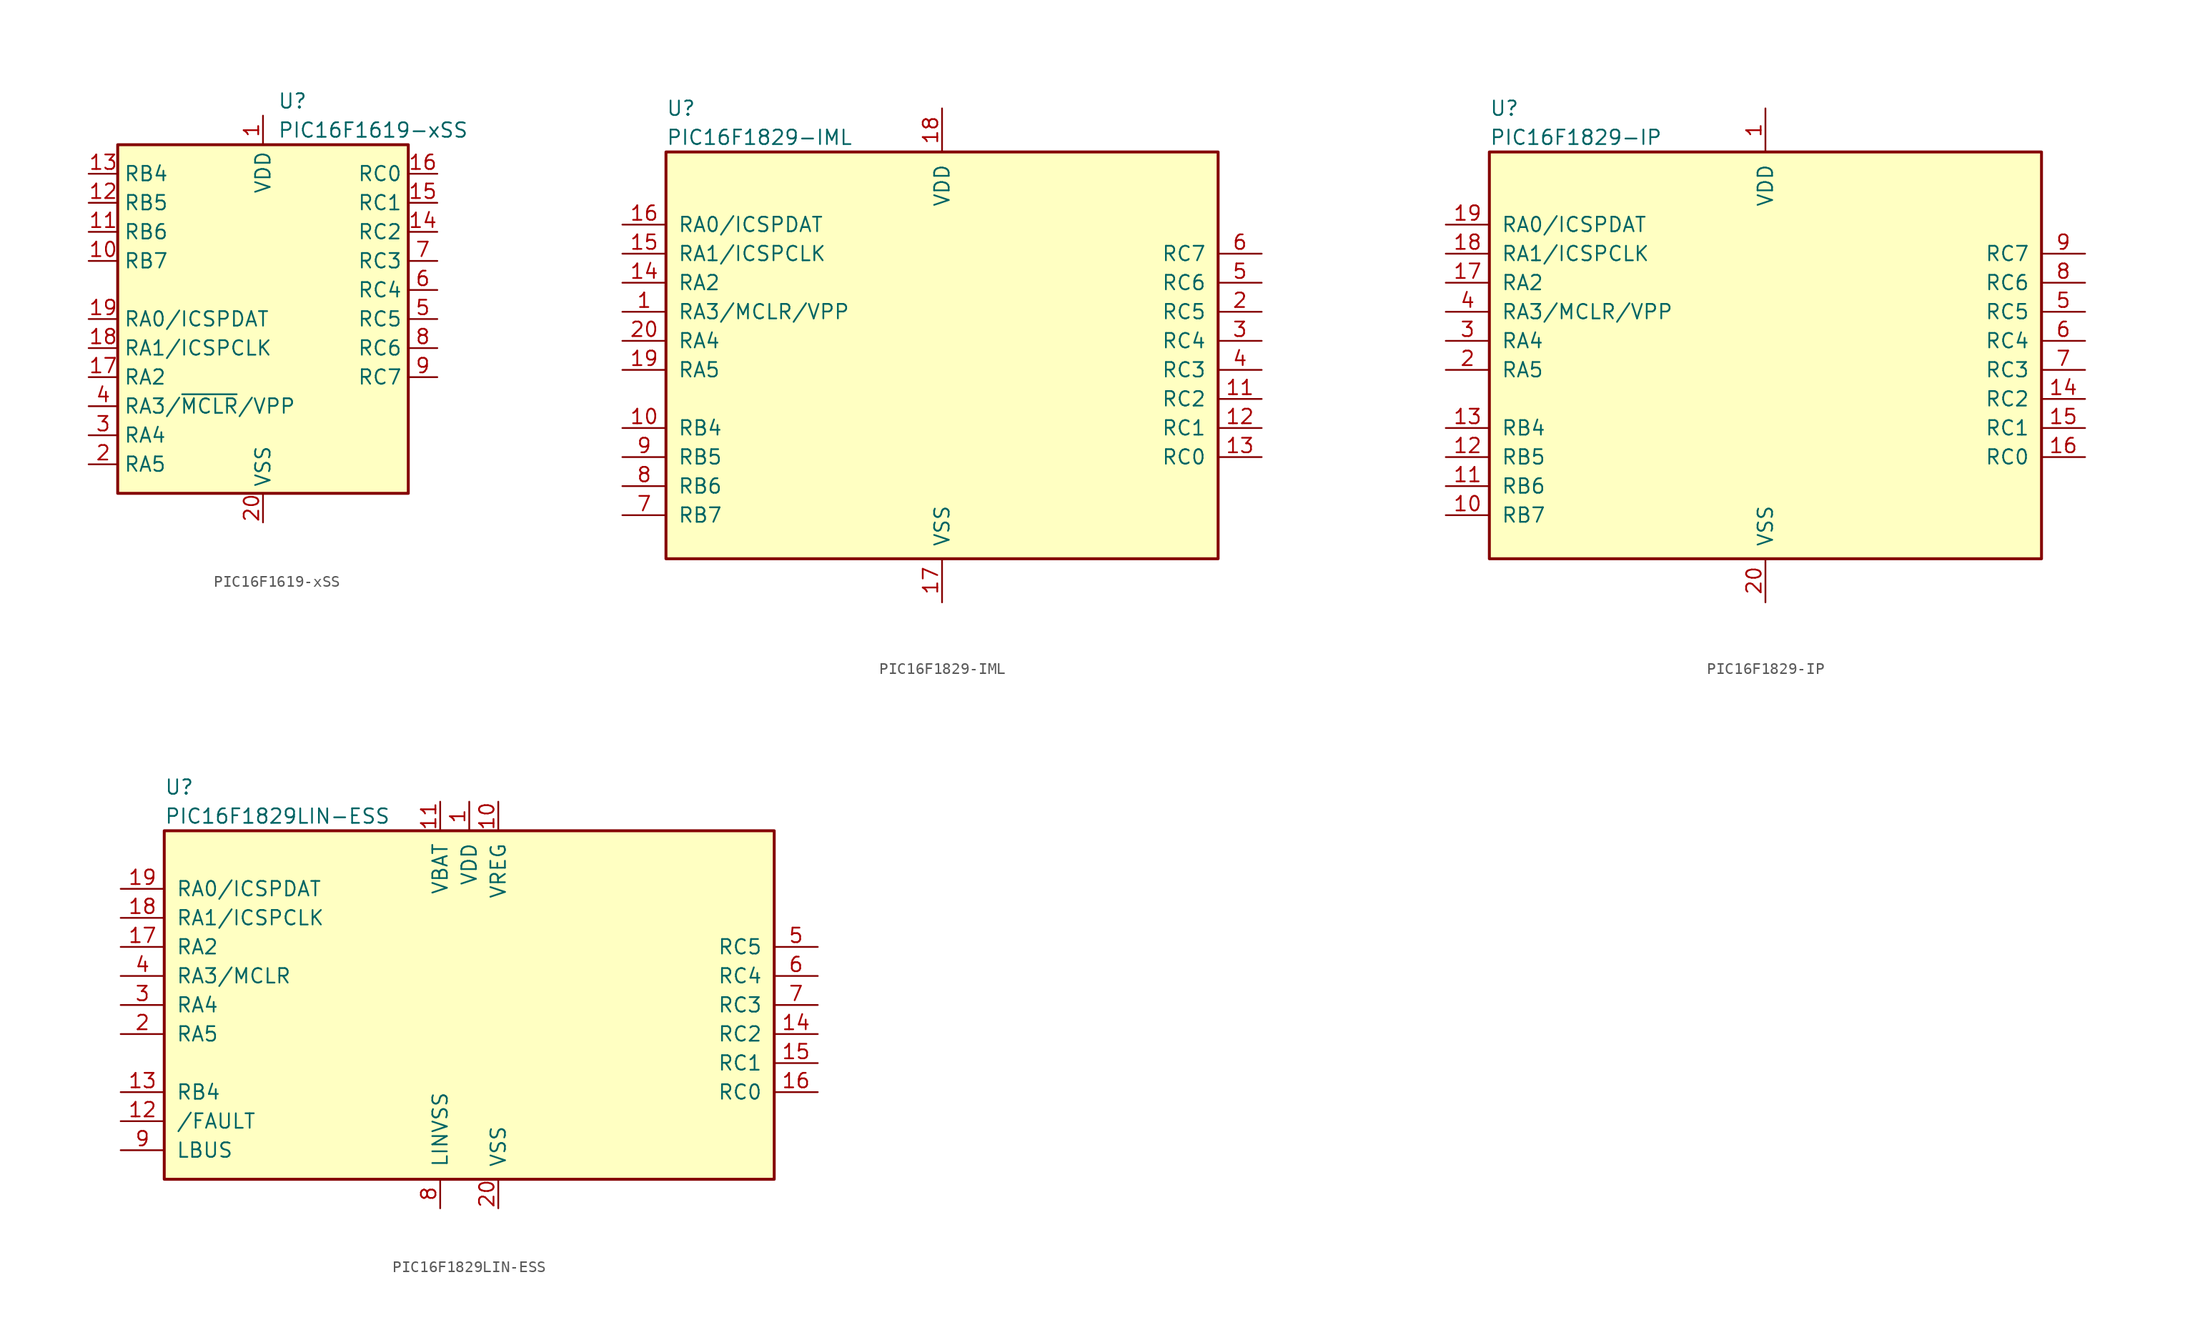
<source format=kicad_sym>
(kicad_symbol_lib
  (version 20220914)
  (generator kicad_symbol_editor)
  (symbol "PIC16F1619-xSS"
    (property "Reference" "U"
      (at 1.27 19.05 0)
      (effects (font (size 1.27 1.27)) (justify left)))
    (property "Value" "PIC16F1619-xSS"
      (at 1.27 16.51 0)
      (effects (font (size 1.27 1.27)) (justify left)))
    (symbol "PIC16F1619-xSS_0_1"
      (rectangle (start -12.7 15.24) (end 12.7 -15.24) (stroke (width 0.254) (type default)) (fill (type background))))
    (symbol "PIC16F1619-xSS_1_1"
      (pin power_in line (at 0 17.78 270) (length 2.54) (name "VDD" (effects (font (size 1.27 1.27)))) (number "1" (effects (font (size 1.27 1.27)))))
      (pin bidirectional line (at -15.24 5.08 0) (length 2.54) (name "RB7" (effects (font (size 1.27 1.27)))) (number "10" (effects (font (size 1.27 1.27)))))
      (pin bidirectional line (at -15.24 7.62 0) (length 2.54) (name "RB6" (effects (font (size 1.27 1.27)))) (number "11" (effects (font (size 1.27 1.27)))))
      (pin bidirectional line (at -15.24 10.16 0) (length 2.54) (name "RB5" (effects (font (size 1.27 1.27)))) (number "12" (effects (font (size 1.27 1.27)))))
      (pin bidirectional line (at -15.24 12.7 0) (length 2.54) (name "RB4" (effects (font (size 1.27 1.27)))) (number "13" (effects (font (size 1.27 1.27)))))
      (pin bidirectional line (at 15.24 7.62 180) (length 2.54) (name "RC2" (effects (font (size 1.27 1.27)))) (number "14" (effects (font (size 1.27 1.27)))))
      (pin bidirectional line (at 15.24 10.16 180) (length 2.54) (name "RC1" (effects (font (size 1.27 1.27)))) (number "15" (effects (font (size 1.27 1.27)))))
      (pin bidirectional line (at 15.24 12.7 180) (length 2.54) (name "RC0" (effects (font (size 1.27 1.27)))) (number "16" (effects (font (size 1.27 1.27)))))
      (pin bidirectional line (at -15.24 -5.08 0) (length 2.54) (name "RA2" (effects (font (size 1.27 1.27)))) (number "17" (effects (font (size 1.27 1.27)))))
      (pin bidirectional line (at -15.24 -2.54 0) (length 2.54) (name "RA1/ICSPCLK" (effects (font (size 1.27 1.27)))) (number "18" (effects (font (size 1.27 1.27)))))
      (pin bidirectional line (at -15.24 0 0) (length 2.54) (name "RA0/ICSPDAT" (effects (font (size 1.27 1.27)))) (number "19" (effects (font (size 1.27 1.27)))))
      (pin bidirectional line (at -15.24 -12.7 0) (length 2.54) (name "RA5" (effects (font (size 1.27 1.27)))) (number "2" (effects (font (size 1.27 1.27)))))
      (pin power_in line (at 0 -17.78 90) (length 2.54) (name "VSS" (effects (font (size 1.27 1.27)))) (number "20" (effects (font (size 1.27 1.27)))))
      (pin bidirectional line (at -15.24 -10.16 0) (length 2.54) (name "RA4" (effects (font (size 1.27 1.27)))) (number "3" (effects (font (size 1.27 1.27)))))
      (pin bidirectional line (at -15.24 -7.62 0) (length 2.54) (name "RA3/~{MCLR}/VPP" (effects (font (size 1.27 1.27)))) (number "4" (effects (font (size 1.27 1.27)))))
      (pin bidirectional line (at 15.24 0 180) (length 2.54) (name "RC5" (effects (font (size 1.27 1.27)))) (number "5" (effects (font (size 1.27 1.27)))))
      (pin bidirectional line (at 15.24 2.54 180) (length 2.54) (name "RC4" (effects (font (size 1.27 1.27)))) (number "6" (effects (font (size 1.27 1.27)))))
      (pin bidirectional line (at 15.24 5.08 180) (length 2.54) (name "RC3" (effects (font (size 1.27 1.27)))) (number "7" (effects (font (size 1.27 1.27)))))
      (pin bidirectional line (at 15.24 -2.54 180) (length 2.54) (name "RC6" (effects (font (size 1.27 1.27)))) (number "8" (effects (font (size 1.27 1.27)))))
      (pin bidirectional line (at 15.24 -5.08 180) (length 2.54) (name "RC7" (effects (font (size 1.27 1.27)))) (number "9" (effects (font (size 1.27 1.27)))))))
  (symbol "PIC16F1829-IML"
    (pin_names
      (offset 1.016))
    (property "Reference" "U"
      (at -24.13 22.86 0)
      (effects (font (size 1.27 1.27)) (justify left)))
    (property "Value" "PIC16F1829-IML"
      (at -24.13 20.32 0)
      (effects (font (size 1.27 1.27)) (justify left)))
    (symbol "PIC16F1829-IML_0_1"
      (rectangle (start -24.13 19.05) (end 24.13 -16.51) (stroke (width 0.254) (type default)) (fill (type background))))
    (symbol "PIC16F1829-IML_1_1"
      (pin bidirectional line (at -27.94 5.08 0) (length 3.81) (name "RA3/MCLR/VPP" (effects (font (size 1.27 1.27)))) (number "1" (effects (font (size 1.27 1.27)))))
      (pin bidirectional line (at -27.94 -5.08 0) (length 3.81) (name "RB4" (effects (font (size 1.27 1.27)))) (number "10" (effects (font (size 1.27 1.27)))))
      (pin bidirectional line (at 27.94 -2.54 180) (length 3.81) (name "RC2" (effects (font (size 1.27 1.27)))) (number "11" (effects (font (size 1.27 1.27)))))
      (pin bidirectional line (at 27.94 -5.08 180) (length 3.81) (name "RC1" (effects (font (size 1.27 1.27)))) (number "12" (effects (font (size 1.27 1.27)))))
      (pin bidirectional line (at 27.94 -7.62 180) (length 3.81) (name "RC0" (effects (font (size 1.27 1.27)))) (number "13" (effects (font (size 1.27 1.27)))))
      (pin bidirectional line (at -27.94 7.62 0) (length 3.81) (name "RA2" (effects (font (size 1.27 1.27)))) (number "14" (effects (font (size 1.27 1.27)))))
      (pin bidirectional line (at -27.94 10.16 0) (length 3.81) (name "RA1/ICSPCLK" (effects (font (size 1.27 1.27)))) (number "15" (effects (font (size 1.27 1.27)))))
      (pin bidirectional line (at -27.94 12.7 0) (length 3.81) (name "RA0/ICSPDAT" (effects (font (size 1.27 1.27)))) (number "16" (effects (font (size 1.27 1.27)))))
      (pin power_in line (at 0 -20.32 90) (length 3.81) (name "VSS" (effects (font (size 1.27 1.27)))) (number "17" (effects (font (size 1.27 1.27)))))
      (pin power_in line (at 0 22.86 270) (length 3.81) (name "VDD" (effects (font (size 1.27 1.27)))) (number "18" (effects (font (size 1.27 1.27)))))
      (pin bidirectional line (at -27.94 0 0) (length 3.81) (name "RA5" (effects (font (size 1.27 1.27)))) (number "19" (effects (font (size 1.27 1.27)))))
      (pin bidirectional line (at 27.94 5.08 180) (length 3.81) (name "RC5" (effects (font (size 1.27 1.27)))) (number "2" (effects (font (size 1.27 1.27)))))
      (pin bidirectional line (at -27.94 2.54 0) (length 3.81) (name "RA4" (effects (font (size 1.27 1.27)))) (number "20" (effects (font (size 1.27 1.27)))))
      (pin bidirectional line (at 27.94 2.54 180) (length 3.81) (name "RC4" (effects (font (size 1.27 1.27)))) (number "3" (effects (font (size 1.27 1.27)))))
      (pin bidirectional line (at 27.94 0 180) (length 3.81) (name "RC3" (effects (font (size 1.27 1.27)))) (number "4" (effects (font (size 1.27 1.27)))))
      (pin bidirectional line (at 27.94 7.62 180) (length 3.81) (name "RC6" (effects (font (size 1.27 1.27)))) (number "5" (effects (font (size 1.27 1.27)))))
      (pin bidirectional line (at 27.94 10.16 180) (length 3.81) (name "RC7" (effects (font (size 1.27 1.27)))) (number "6" (effects (font (size 1.27 1.27)))))
      (pin bidirectional line (at -27.94 -12.7 0) (length 3.81) (name "RB7" (effects (font (size 1.27 1.27)))) (number "7" (effects (font (size 1.27 1.27)))))
      (pin bidirectional line (at -27.94 -10.16 0) (length 3.81) (name "RB6" (effects (font (size 1.27 1.27)))) (number "8" (effects (font (size 1.27 1.27)))))
      (pin bidirectional line (at -27.94 -7.62 0) (length 3.81) (name "RB5" (effects (font (size 1.27 1.27)))) (number "9" (effects (font (size 1.27 1.27)))))))
  (symbol "PIC16F1829-IP"
    (pin_names
      (offset 1.016))
    (property "Reference" "U"
      (at -24.13 22.86 0)
      (effects (font (size 1.27 1.27)) (justify left)))
    (property "Value" "PIC16F1829-IP"
      (at -24.13 20.32 0)
      (effects (font (size 1.27 1.27)) (justify left)))
    (symbol "PIC16F1829-IP_0_1"
      (rectangle (start -24.13 19.05) (end 24.13 -16.51) (stroke (width 0.254) (type default)) (fill (type background))))
    (symbol "PIC16F1829-IP_1_1"
      (pin power_in line (at 0 22.86 270) (length 3.81) (name "VDD" (effects (font (size 1.27 1.27)))) (number "1" (effects (font (size 1.27 1.27)))))
      (pin bidirectional line (at -27.94 -12.7 0) (length 3.81) (name "RB7" (effects (font (size 1.27 1.27)))) (number "10" (effects (font (size 1.27 1.27)))))
      (pin bidirectional line (at -27.94 -10.16 0) (length 3.81) (name "RB6" (effects (font (size 1.27 1.27)))) (number "11" (effects (font (size 1.27 1.27)))))
      (pin bidirectional line (at -27.94 -7.62 0) (length 3.81) (name "RB5" (effects (font (size 1.27 1.27)))) (number "12" (effects (font (size 1.27 1.27)))))
      (pin bidirectional line (at -27.94 -5.08 0) (length 3.81) (name "RB4" (effects (font (size 1.27 1.27)))) (number "13" (effects (font (size 1.27 1.27)))))
      (pin bidirectional line (at 27.94 -2.54 180) (length 3.81) (name "RC2" (effects (font (size 1.27 1.27)))) (number "14" (effects (font (size 1.27 1.27)))))
      (pin bidirectional line (at 27.94 -5.08 180) (length 3.81) (name "RC1" (effects (font (size 1.27 1.27)))) (number "15" (effects (font (size 1.27 1.27)))))
      (pin bidirectional line (at 27.94 -7.62 180) (length 3.81) (name "RC0" (effects (font (size 1.27 1.27)))) (number "16" (effects (font (size 1.27 1.27)))))
      (pin bidirectional line (at -27.94 7.62 0) (length 3.81) (name "RA2" (effects (font (size 1.27 1.27)))) (number "17" (effects (font (size 1.27 1.27)))))
      (pin bidirectional line (at -27.94 10.16 0) (length 3.81) (name "RA1/ICSPCLK" (effects (font (size 1.27 1.27)))) (number "18" (effects (font (size 1.27 1.27)))))
      (pin bidirectional line (at -27.94 12.7 0) (length 3.81) (name "RA0/ICSPDAT" (effects (font (size 1.27 1.27)))) (number "19" (effects (font (size 1.27 1.27)))))
      (pin bidirectional line (at -27.94 0 0) (length 3.81) (name "RA5" (effects (font (size 1.27 1.27)))) (number "2" (effects (font (size 1.27 1.27)))))
      (pin power_in line (at 0 -20.32 90) (length 3.81) (name "VSS" (effects (font (size 1.27 1.27)))) (number "20" (effects (font (size 1.27 1.27)))))
      (pin bidirectional line (at -27.94 2.54 0) (length 3.81) (name "RA4" (effects (font (size 1.27 1.27)))) (number "3" (effects (font (size 1.27 1.27)))))
      (pin bidirectional line (at -27.94 5.08 0) (length 3.81) (name "RA3/MCLR/VPP" (effects (font (size 1.27 1.27)))) (number "4" (effects (font (size 1.27 1.27)))))
      (pin bidirectional line (at 27.94 5.08 180) (length 3.81) (name "RC5" (effects (font (size 1.27 1.27)))) (number "5" (effects (font (size 1.27 1.27)))))
      (pin bidirectional line (at 27.94 2.54 180) (length 3.81) (name "RC4" (effects (font (size 1.27 1.27)))) (number "6" (effects (font (size 1.27 1.27)))))
      (pin bidirectional line (at 27.94 0 180) (length 3.81) (name "RC3" (effects (font (size 1.27 1.27)))) (number "7" (effects (font (size 1.27 1.27)))))
      (pin bidirectional line (at 27.94 7.62 180) (length 3.81) (name "RC6" (effects (font (size 1.27 1.27)))) (number "8" (effects (font (size 1.27 1.27)))))
      (pin bidirectional line (at 27.94 10.16 180) (length 3.81) (name "RC7" (effects (font (size 1.27 1.27)))) (number "9" (effects (font (size 1.27 1.27)))))))
  (symbol "PIC16F1829LIN-ESS"
    (pin_names
      (offset 1.016))
    (property "Reference" "U"
      (at -26.67 19.05 0)
      (effects (font (size 1.27 1.27)) (justify left)))
    (property "Value" "PIC16F1829LIN-ESS"
      (at -26.67 16.51 0)
      (effects (font (size 1.27 1.27)) (justify left)))
    (symbol "PIC16F1829LIN-ESS_0_1"
      (rectangle (start -26.67 15.24) (end 26.67 -15.24) (stroke (width 0.254) (type default)) (fill (type background))))
    (symbol "PIC16F1829LIN-ESS_1_1"
      (pin power_in line (at 0 17.78 270) (length 2.54) (name "VDD" (effects (font (size 1.27 1.27)))) (number "1" (effects (font (size 1.27 1.27)))))
      (pin power_out line (at 2.54 17.78 270) (length 2.54) (name "VREG" (effects (font (size 1.27 1.27)))) (number "10" (effects (font (size 1.27 1.27)))))
      (pin power_in line (at -2.54 17.78 270) (length 2.54) (name "VBAT" (effects (font (size 1.27 1.27)))) (number "11" (effects (font (size 1.27 1.27)))))
      (pin bidirectional line (at -30.48 -10.16 0) (length 3.81) (name "/FAULT" (effects (font (size 1.27 1.27)))) (number "12" (effects (font (size 1.27 1.27)))))
      (pin bidirectional line (at -30.48 -7.62 0) (length 3.81) (name "RB4" (effects (font (size 1.27 1.27)))) (number "13" (effects (font (size 1.27 1.27)))))
      (pin bidirectional line (at 30.48 -2.54 180) (length 3.81) (name "RC2" (effects (font (size 1.27 1.27)))) (number "14" (effects (font (size 1.27 1.27)))))
      (pin bidirectional line (at 30.48 -5.08 180) (length 3.81) (name "RC1" (effects (font (size 1.27 1.27)))) (number "15" (effects (font (size 1.27 1.27)))))
      (pin bidirectional line (at 30.48 -7.62 180) (length 3.81) (name "RC0" (effects (font (size 1.27 1.27)))) (number "16" (effects (font (size 1.27 1.27)))))
      (pin bidirectional line (at -30.48 5.08 0) (length 3.81) (name "RA2" (effects (font (size 1.27 1.27)))) (number "17" (effects (font (size 1.27 1.27)))))
      (pin bidirectional line (at -30.48 7.62 0) (length 3.81) (name "RA1/ICSPCLK" (effects (font (size 1.27 1.27)))) (number "18" (effects (font (size 1.27 1.27)))))
      (pin bidirectional line (at -30.48 10.16 0) (length 3.81) (name "RA0/ICSPDAT" (effects (font (size 1.27 1.27)))) (number "19" (effects (font (size 1.27 1.27)))))
      (pin bidirectional line (at -30.48 -2.54 0) (length 3.81) (name "RA5" (effects (font (size 1.27 1.27)))) (number "2" (effects (font (size 1.27 1.27)))))
      (pin power_in line (at 2.54 -17.78 90) (length 2.54) (name "VSS" (effects (font (size 1.27 1.27)))) (number "20" (effects (font (size 1.27 1.27)))))
      (pin bidirectional line (at -30.48 0 0) (length 3.81) (name "RA4" (effects (font (size 1.27 1.27)))) (number "3" (effects (font (size 1.27 1.27)))))
      (pin bidirectional line (at -30.48 2.54 0) (length 3.81) (name "RA3/MCLR" (effects (font (size 1.27 1.27)))) (number "4" (effects (font (size 1.27 1.27)))))
      (pin bidirectional line (at 30.48 5.08 180) (length 3.81) (name "RC5" (effects (font (size 1.27 1.27)))) (number "5" (effects (font (size 1.27 1.27)))))
      (pin bidirectional line (at 30.48 2.54 180) (length 3.81) (name "RC4" (effects (font (size 1.27 1.27)))) (number "6" (effects (font (size 1.27 1.27)))))
      (pin bidirectional line (at 30.48 0 180) (length 3.81) (name "RC3" (effects (font (size 1.27 1.27)))) (number "7" (effects (font (size 1.27 1.27)))))
      (pin power_in line (at -2.54 -17.78 90) (length 2.54) (name "LINVSS" (effects (font (size 1.27 1.27)))) (number "8" (effects (font (size 1.27 1.27)))))
      (pin bidirectional line (at -30.48 -12.7 0) (length 3.81) (name "LBUS" (effects (font (size 1.27 1.27)))) (number "9" (effects (font (size 1.27 1.27))))))))
</source>
